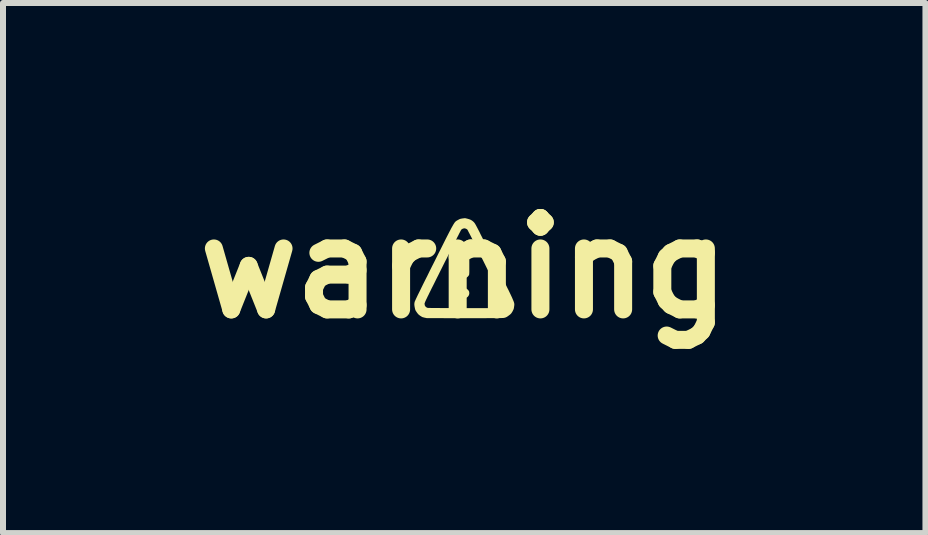
<source format=kicad_pcb>
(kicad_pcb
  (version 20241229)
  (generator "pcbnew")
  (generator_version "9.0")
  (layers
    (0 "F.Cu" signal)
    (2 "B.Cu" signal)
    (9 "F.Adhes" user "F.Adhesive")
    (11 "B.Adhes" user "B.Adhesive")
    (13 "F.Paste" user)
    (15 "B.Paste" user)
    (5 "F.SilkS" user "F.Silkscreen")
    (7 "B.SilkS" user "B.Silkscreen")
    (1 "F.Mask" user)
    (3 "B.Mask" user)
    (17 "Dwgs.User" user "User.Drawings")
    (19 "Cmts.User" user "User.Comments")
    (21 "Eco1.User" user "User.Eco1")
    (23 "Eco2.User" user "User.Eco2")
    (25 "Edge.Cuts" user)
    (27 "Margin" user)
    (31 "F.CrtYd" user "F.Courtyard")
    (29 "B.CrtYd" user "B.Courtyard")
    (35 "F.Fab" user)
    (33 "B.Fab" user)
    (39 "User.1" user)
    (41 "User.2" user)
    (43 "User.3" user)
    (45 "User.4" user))
  (footprint "warning"
    (layer "F.Cu")
    (at 4.688 1.418)
    (property "Reference" "warning" (at 0 0 0) (layer "F.SilkS") (effects (font (size 1.524 1.524) (thickness 0.3))))
    (attr board_only exclude_from_pos_files exclude_from_bom)
    (fp_poly (pts (xy 0.021 0.337) (xy 0.039 0.344) (xy 0.056 0.357) (xy 0.071 0.373) (xy 0.081 0.391) (xy 0.082 0.395) (xy 0.085 0.42) (xy 0.081 0.443) (xy 0.071 0.465) (xy 0.056 0.482) (xy 0.036 0.495) (xy 0.021 0.5) (xy 0.008 0.503) (xy -0.003 0.503) (xy -0.015 0.501) (xy -0.019 0.5) (xy -0.04 0.491) (xy -0.058 0.476) (xy -0.072 0.457) (xy -0.08 0.435) (xy -0.08 0.431) (xy -0.081 0.407) (xy -0.074 0.386) (xy -0.061 0.366) (xy -0.055 0.359) (xy -0.035 0.344) (xy -0.015 0.337) (xy 0.009 0.336)) (stroke (width 0) (type solid)) (fill yes) (layer "F.SilkS"))
    (fp_poly (pts (xy 0.018 -0.329) (xy 0.029 -0.328) (xy 0.038 -0.324) (xy 0.046 -0.319) (xy 0.058 -0.308) (xy 0.07 -0.296) (xy 0.073 -0.292) (xy 0.084 -0.276) (xy 0.085 -0.091) (xy 0.085 -0.041) (xy 0.085 0.001) (xy 0.085 0.037) (xy 0.085 0.065) (xy 0.084 0.086) (xy 0.083 0.101) (xy 0.082 0.109) (xy 0.082 0.11) (xy 0.074 0.127) (xy 0.059 0.144) (xy 0.039 0.16) (xy 0.018 0.167) (xy -0.006 0.168) (xy -0.017 0.167) (xy -0.034 0.16) (xy -0.052 0.148) (xy -0.066 0.132) (xy -0.076 0.115) (xy -0.078 0.11) (xy -0.079 0.102) (xy -0.08 0.088) (xy -0.081 0.067) (xy -0.081 0.04) (xy -0.081 0.005) (xy -0.081 -0.037) (xy -0.081 -0.086) (xy -0.081 -0.091) (xy -0.08 -0.276) (xy -0.069 -0.292) (xy -0.059 -0.305) (xy -0.046 -0.316) (xy -0.042 -0.319) (xy -0.033 -0.325) (xy -0.023 -0.328) (xy -0.012 -0.33) (xy 0.002 -0.33)) (stroke (width 0) (type solid)) (fill yes) (layer "F.SilkS"))
    (fp_poly (pts (xy 0.015 -0.831) (xy 0.027 -0.829) (xy 0.042 -0.825) (xy 0.055 -0.822) (xy 0.085 -0.813) (xy 0.11 -0.803) (xy 0.131 -0.79) (xy 0.151 -0.774) (xy 0.16 -0.765) (xy 0.163 -0.761) (xy 0.166 -0.758) (xy 0.169 -0.755) (xy 0.173 -0.75) (xy 0.176 -0.745) (xy 0.181 -0.738) (xy 0.186 -0.729) (xy 0.192 -0.719) (xy 0.199 -0.706) (xy 0.207 -0.691) (xy 0.217 -0.672) (xy 0.228 -0.651) (xy 0.241 -0.626) (xy 0.256 -0.597) (xy 0.272 -0.563) (xy 0.291 -0.526) (xy 0.313 -0.483) (xy 0.337 -0.436) (xy 0.363 -0.383) (xy 0.393 -0.324) (xy 0.425 -0.259) (xy 0.461 -0.188) (xy 0.499 -0.11) (xy 0.5 -0.109) (xy 0.54 -0.028) (xy 0.578 0.046) (xy 0.612 0.114) (xy 0.643 0.176) (xy 0.671 0.232) (xy 0.696 0.283) (xy 0.718 0.329) (xy 0.739 0.37) (xy 0.756 0.406) (xy 0.772 0.439) (xy 0.785 0.467) (xy 0.797 0.492) (xy 0.806 0.514) (xy 0.814 0.533) (xy 0.821 0.549) (xy 0.826 0.563) (xy 0.83 0.575) (xy 0.833 0.585) (xy 0.834 0.594) (xy 0.835 0.603) (xy 0.835 0.61) (xy 0.835 0.617) (xy 0.834 0.624) (xy 0.833 0.631) (xy 0.832 0.639) (xy 0.831 0.645) (xy 0.828 0.665) (xy 0.825 0.68) (xy 0.82 0.693) (xy 0.813 0.707) (xy 0.805 0.723) (xy 0.794 0.741) (xy 0.785 0.754) (xy 0.775 0.765) (xy 0.763 0.776) (xy 0.75 0.786) (xy 0.731 0.8) (xy 0.715 0.811) (xy 0.702 0.818) (xy 0.689 0.824) (xy 0.675 0.828) (xy 0.667 0.83) (xy 0.663 0.831) (xy 0.658 0.832) (xy 0.65 0.832) (xy 0.641 0.833) (xy 0.628 0.833) (xy 0.613 0.834) (xy 0.595 0.834) (xy 0.572 0.834) (xy 0.546 0.835) (xy 0.516 0.835) (xy 0.481 0.835) (xy 0.44 0.835) (xy 0.395 0.835) (xy 0.343 0.836) (xy 0.286 0.836) (xy 0.222 0.836) (xy 0.151 0.836) (xy 0.073 0.836) (xy 0.01 0.836) (xy -0.623 0.835) (xy -0.662 0.827) (xy -0.681 0.822) (xy -0.696 0.818) (xy -0.708 0.812) (xy -0.722 0.803) (xy -0.735 0.795) (xy -0.752 0.782) (xy -0.765 0.771) (xy -0.776 0.758) (xy -0.788 0.742) (xy -0.792 0.736) (xy -0.803 0.72) (xy -0.811 0.707) (xy -0.816 0.694) (xy -0.82 0.68) (xy -0.824 0.661) (xy -0.824 0.661) (xy -0.829 0.635) (xy -0.831 0.615) (xy -0.832 0.598) (xy -0.831 0.596) (xy -0.661 0.596) (xy -0.658 0.62) (xy -0.648 0.639) (xy -0.632 0.654) (xy -0.61 0.664) (xy -0.608 0.664) (xy -0.603 0.665) (xy -0.59 0.665) (xy -0.57 0.665) (xy -0.544 0.666) (xy -0.512 0.666) (xy -0.474 0.666) (xy -0.431 0.666) (xy -0.384 0.667) (xy -0.332 0.667) (xy -0.275 0.667) (xy -0.216 0.667) (xy -0.153 0.667) (xy -0.088 0.668) (xy -0.021 0.668) (xy 0.005 0.668) (xy 0.086 0.668) (xy 0.159 0.668) (xy 0.226 0.668) (xy 0.285 0.668) (xy 0.339 0.668) (xy 0.386 0.668) (xy 0.427 0.667) (xy 0.464 0.667) (xy 0.495 0.667) (xy 0.522 0.667) (xy 0.545 0.666) (xy 0.564 0.666) (xy 0.579 0.666) (xy 0.592 0.665) (xy 0.602 0.665) (xy 0.609 0.664) (xy 0.614 0.663) (xy 0.618 0.663) (xy 0.62 0.662) (xy 0.641 0.65) (xy 0.655 0.633) (xy 0.663 0.612) (xy 0.665 0.597) (xy 0.665 0.594) (xy 0.665 0.591) (xy 0.664 0.587) (xy 0.662 0.582) (xy 0.66 0.575) (xy 0.656 0.567) (xy 0.652 0.556) (xy 0.646 0.543) (xy 0.639 0.528) (xy 0.63 0.509) (xy 0.619 0.487) (xy 0.607 0.462) (xy 0.592 0.432) (xy 0.576 0.398) (xy 0.557 0.36) (xy 0.535 0.317) (xy 0.511 0.268) (xy 0.484 0.214) (xy 0.454 0.154) (xy 0.421 0.088) (xy 0.384 0.015) (xy 0.364 -0.025) (xy 0.332 -0.09) (xy 0.301 -0.152) (xy 0.27 -0.213) (xy 0.241 -0.271) (xy 0.213 -0.326) (xy 0.187 -0.378) (xy 0.163 -0.427) (xy 0.14 -0.471) (xy 0.12 -0.511) (xy 0.102 -0.546) (xy 0.086 -0.577) (xy 0.073 -0.601) (xy 0.064 -0.62) (xy 0.057 -0.633) (xy 0.053 -0.639) (xy 0.053 -0.64) (xy 0.04 -0.65) (xy 0.023 -0.658) (xy 0.005 -0.662) (xy -0.006 -0.661) (xy -0.026 -0.655) (xy -0.044 -0.644) (xy -0.053 -0.635) (xy -0.055 -0.63) (xy -0.061 -0.619) (xy -0.07 -0.601) (xy -0.083 -0.577) (xy -0.097 -0.548) (xy -0.115 -0.514) (xy -0.134 -0.475) (xy -0.156 -0.432) (xy -0.18 -0.384) (xy -0.206 -0.333) (xy -0.233 -0.279) (xy -0.262 -0.221) (xy -0.292 -0.161) (xy -0.324 -0.099) (xy -0.356 -0.035) (xy -0.362 -0.023) (xy -0.4 0.053) (xy -0.434 0.122) (xy -0.466 0.185) (xy -0.494 0.242) (xy -0.52 0.294) (xy -0.543 0.339) (xy -0.563 0.38) (xy -0.581 0.416) (xy -0.596 0.448) (xy -0.61 0.475) (xy -0.621 0.499) (xy -0.631 0.519) (xy -0.639 0.536) (xy -0.645 0.55) (xy -0.651 0.562) (xy -0.654 0.571) (xy -0.657 0.579) (xy -0.659 0.584) (xy -0.661 0.589) (xy -0.661 0.593) (xy -0.661 0.596) (xy -0.661 0.596) (xy -0.831 0.596) (xy -0.83 0.582) (xy -0.826 0.564) (xy -0.826 0.564) (xy -0.824 0.558) (xy -0.819 0.547) (xy -0.812 0.531) (xy -0.802 0.509) (xy -0.789 0.482) (xy -0.774 0.45) (xy -0.755 0.412) (xy -0.733 0.368) (xy -0.709 0.318) (xy -0.681 0.261) (xy -0.65 0.199) (xy -0.615 0.13) (xy -0.578 0.054) (xy -0.537 -0.028) (xy -0.506 -0.089) (xy -0.466 -0.169) (xy -0.429 -0.244) (xy -0.395 -0.311) (xy -0.364 -0.373) (xy -0.336 -0.429) (xy -0.311 -0.479) (xy -0.288 -0.524) (xy -0.267 -0.565) (xy -0.249 -0.6) (xy -0.232 -0.632) (xy -0.218 -0.66) (xy -0.205 -0.683) (xy -0.193 -0.704) (xy -0.183 -0.722) (xy -0.174 -0.736) (xy -0.166 -0.749) (xy -0.159 -0.759) (xy -0.152 -0.767) (xy -0.146 -0.774) (xy -0.14 -0.779) (xy -0.134 -0.784) (xy -0.128 -0.788) (xy -0.122 -0.791) (xy -0.116 -0.795) (xy -0.109 -0.799) (xy -0.105 -0.801) (xy -0.088 -0.81) (xy -0.074 -0.817) (xy -0.06 -0.821) (xy -0.045 -0.824) (xy -0.028 -0.827) (xy -0.009 -0.829) (xy 0.004 -0.831)) (stroke (width 0) (type solid)) (fill yes) (layer "F.SilkS")))
  (gr_rect
    (start -3 -3)
    (end 12.376 5.836)
    (stroke (width 0.1) (type default))
    (fill no)
    (layer "Edge.Cuts")))
</source>
